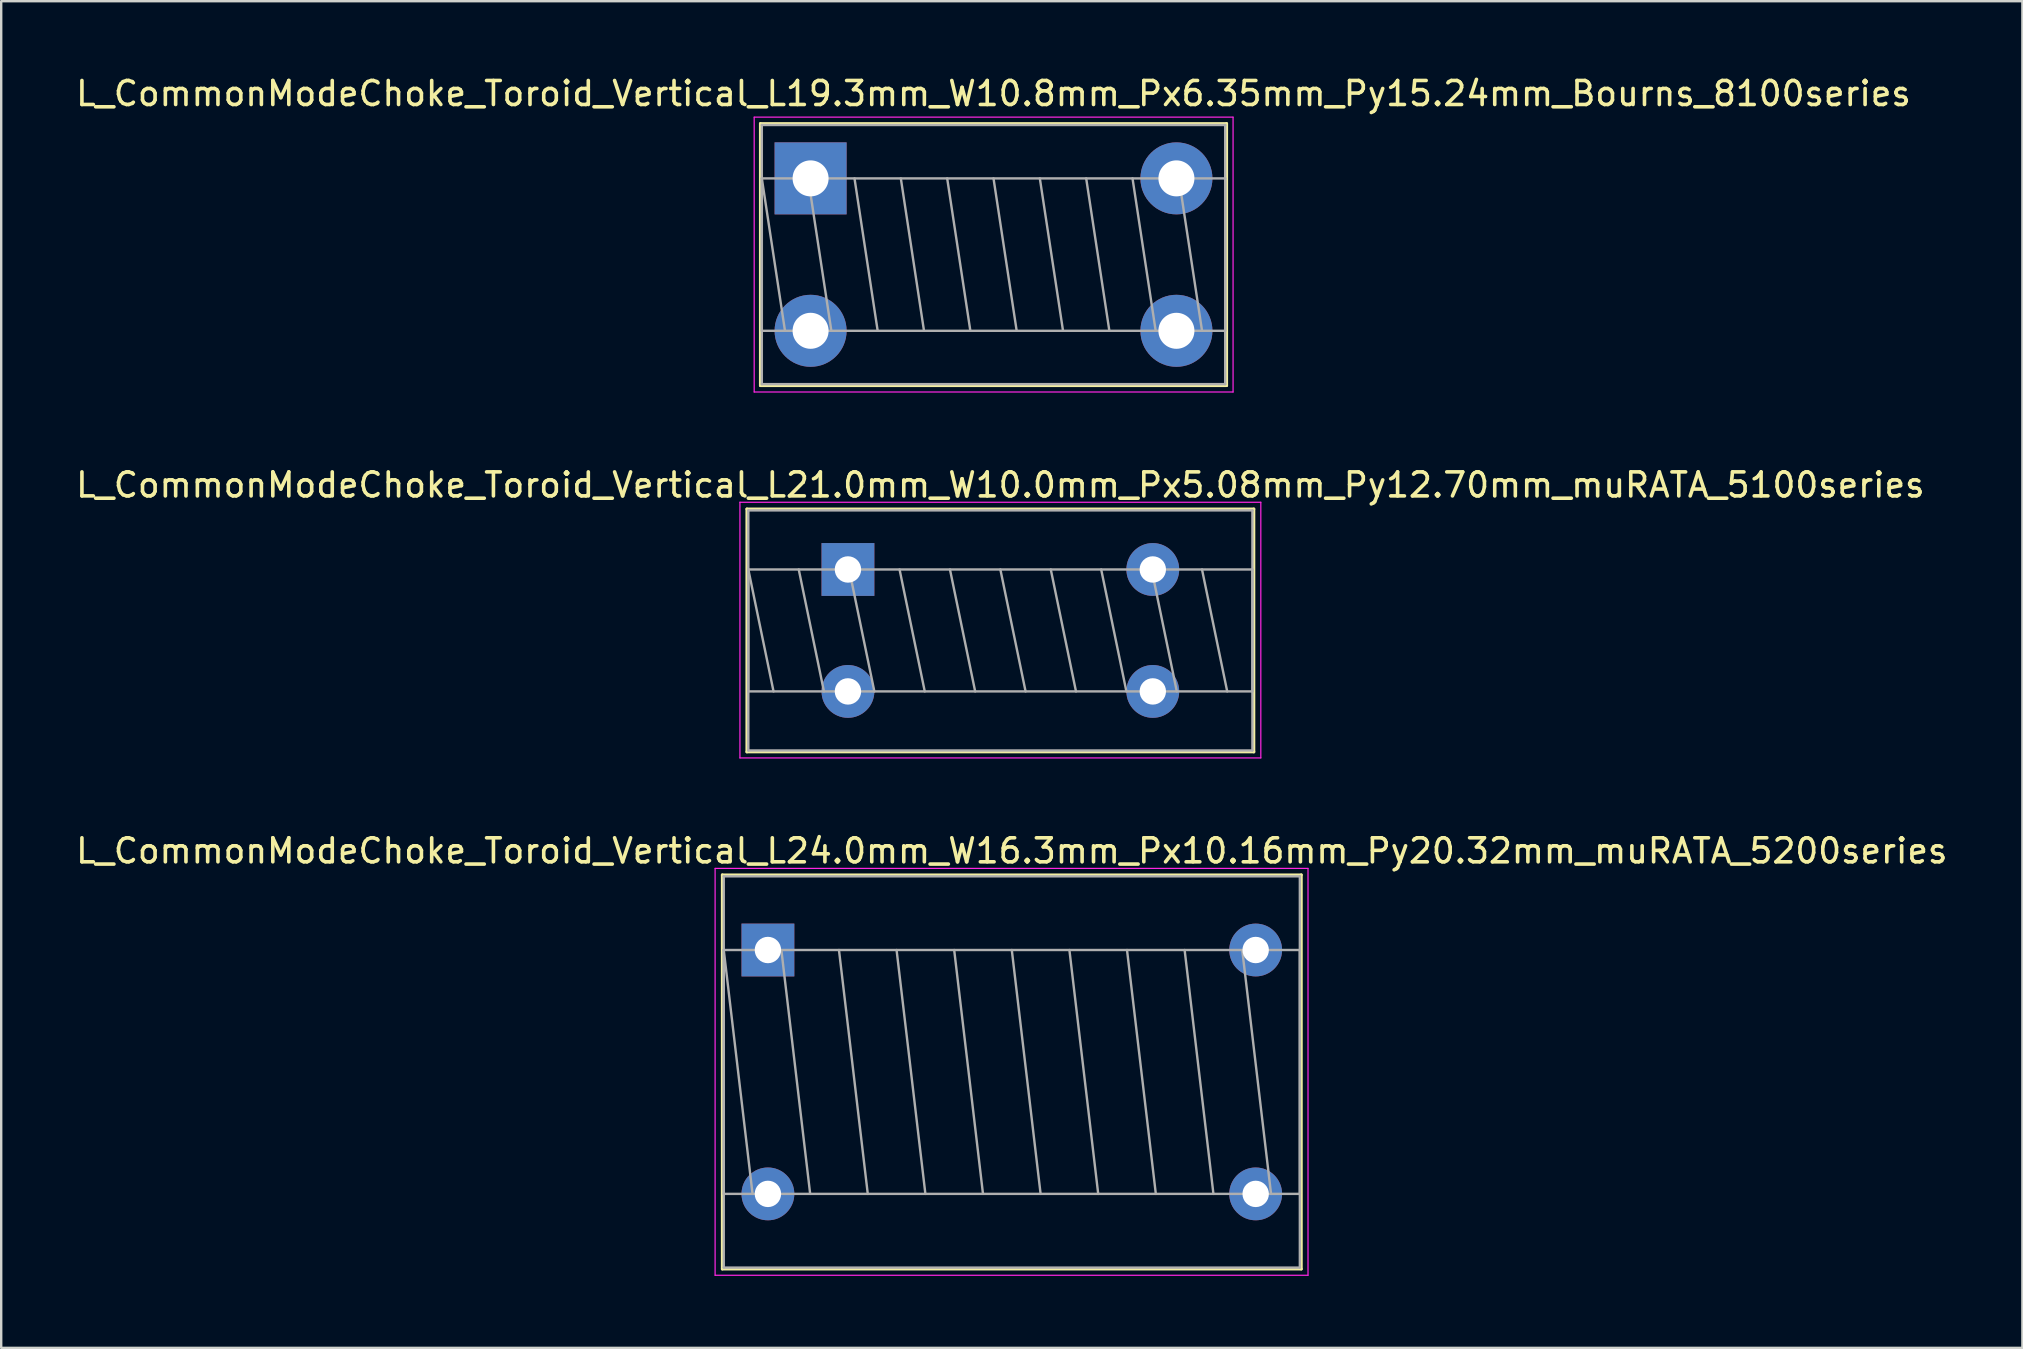
<source format=kicad_pcb>
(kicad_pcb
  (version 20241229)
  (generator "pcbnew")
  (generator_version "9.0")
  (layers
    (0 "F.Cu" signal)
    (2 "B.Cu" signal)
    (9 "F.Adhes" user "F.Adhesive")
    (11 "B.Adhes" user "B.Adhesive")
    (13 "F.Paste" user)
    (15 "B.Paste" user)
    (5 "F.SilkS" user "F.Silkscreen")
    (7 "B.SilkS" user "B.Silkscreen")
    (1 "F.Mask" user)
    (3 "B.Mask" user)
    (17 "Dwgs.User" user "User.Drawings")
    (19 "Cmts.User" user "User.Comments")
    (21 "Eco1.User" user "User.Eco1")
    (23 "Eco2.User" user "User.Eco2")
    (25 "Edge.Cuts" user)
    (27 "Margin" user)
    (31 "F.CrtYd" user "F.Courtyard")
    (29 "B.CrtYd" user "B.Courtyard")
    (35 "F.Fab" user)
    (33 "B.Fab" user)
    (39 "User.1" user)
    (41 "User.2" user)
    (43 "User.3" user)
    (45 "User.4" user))
  (footprint "L_CommonModeChoke_Toroid_Vertical_L19.3mm_W10.8mm_Px6.35mm_Py15.24mm_Bourns_8100series"
    (layer "F.Cu")
    (at 30.719 4.381)
    (property "Reference" "L_CommonModeChoke_Toroid_Vertical_L19.3mm_W10.8mm_Px6.35mm_Py15.24mm_Bourns_8100series" (at 7.62 -3.533 0) (layer "F.SilkS") (effects (font (size 1 1) (thickness 0.15))))
    (attr through_hole)
    (fp_line (start -2.092 -2.283) (end -2.092 8.633) (stroke (width 0.12) (type solid)) (layer "F.SilkS"))
    (fp_line (start -2.092 -2.283) (end 17.332 -2.283) (stroke (width 0.12) (type solid)) (layer "F.SilkS"))
    (fp_line (start -2.092 8.633) (end 17.332 8.633) (stroke (width 0.12) (type solid)) (layer "F.SilkS"))
    (fp_line (start 17.332 -2.283) (end 17.332 8.633) (stroke (width 0.12) (type solid)) (layer "F.SilkS"))
    (fp_line (start -2.35 -2.55) (end -2.35 8.9) (stroke (width 0.05) (type solid)) (layer "F.CrtYd"))
    (fp_line (start -2.35 8.9) (end 17.6 8.9) (stroke (width 0.05) (type solid)) (layer "F.CrtYd"))
    (fp_line (start 17.6 -2.55) (end -2.35 -2.55) (stroke (width 0.05) (type solid)) (layer "F.CrtYd"))
    (fp_line (start 17.6 8.9) (end 17.6 -2.55) (stroke (width 0.05) (type solid)) (layer "F.CrtYd"))
    (fp_line (start -2.032 -2.223) (end -2.032 8.572) (stroke (width 0.1) (type solid)) (layer "F.Fab"))
    (fp_line (start -2.032 0) (end -2.032 6.35) (stroke (width 0.1) (type solid)) (layer "F.Fab"))
    (fp_line (start -2.032 0) (end -1.067 6.35) (stroke (width 0.1) (type solid)) (layer "F.Fab"))
    (fp_line (start -2.032 6.35) (end 17.272 6.35) (stroke (width 0.1) (type solid)) (layer "F.Fab"))
    (fp_line (start -2.032 8.572) (end 17.272 8.572) (stroke (width 0.1) (type solid)) (layer "F.Fab"))
    (fp_line (start -0.102 0) (end 0.864 6.35) (stroke (width 0.1) (type solid)) (layer "F.Fab"))
    (fp_line (start 1.829 0) (end 2.794 6.35) (stroke (width 0.1) (type solid)) (layer "F.Fab"))
    (fp_line (start 3.759 0) (end 4.724 6.35) (stroke (width 0.1) (type solid)) (layer "F.Fab"))
    (fp_line (start 5.69 0) (end 6.655 6.35) (stroke (width 0.1) (type solid)) (layer "F.Fab"))
    (fp_line (start 7.62 0) (end 8.585 6.35) (stroke (width 0.1) (type solid)) (layer "F.Fab"))
    (fp_line (start 9.55 0) (end 10.516 6.35) (stroke (width 0.1) (type solid)) (layer "F.Fab"))
    (fp_line (start 11.481 0) (end 12.446 6.35) (stroke (width 0.1) (type solid)) (layer "F.Fab"))
    (fp_line (start 13.411 0) (end 14.376 6.35) (stroke (width 0.1) (type solid)) (layer "F.Fab"))
    (fp_line (start 15.342 0) (end 16.307 6.35) (stroke (width 0.1) (type solid)) (layer "F.Fab"))
    (fp_line (start 17.272 -2.223) (end -2.032 -2.223) (stroke (width 0.1) (type solid)) (layer "F.Fab"))
    (fp_line (start 17.272 0) (end -2.032 0) (stroke (width 0.1) (type solid)) (layer "F.Fab"))
    (fp_line (start 17.272 6.35) (end 17.272 0) (stroke (width 0.1) (type solid)) (layer "F.Fab"))
    (fp_line (start 17.272 8.572) (end 17.272 -2.223) (stroke (width 0.1) (type solid)) (layer "F.Fab"))
    (pad "1" thru_hole rect (at 0 0) (size 3 3) (drill 1.5) (layers "*.Cu" "*.Mask"))
    (pad "2" thru_hole circle (at 0 6.35) (size 3 3) (drill 1.5) (layers "*.Cu" "*.Mask"))
    (pad "3" thru_hole circle (at 15.24 6.35) (size 3 3) (drill 1.5) (layers "*.Cu" "*.Mask"))
    (pad "4" thru_hole circle (at 15.24 0) (size 3 3) (drill 1.5) (layers "*.Cu" "*.Mask")))
  (footprint "L_CommonModeChoke_Toroid_Vertical_L24.0mm_W16.3mm_Px10.16mm_Py20.32mm_muRATA_5200series"
    (layer "F.Cu")
    (at 28.941 36.527)
    (property "Reference" "L_CommonModeChoke_Toroid_Vertical_L24.0mm_W16.3mm_Px10.16mm_Py20.32mm_muRATA_5200series" (at 10.16 -4.13 0) (layer "F.SilkS") (effects (font (size 1 1) (thickness 0.15))))
    (attr through_hole)
    (fp_line (start -1.9 -3.13) (end -1.9 13.29) (stroke (width 0.12) (type solid)) (layer "F.SilkS"))
    (fp_line (start -1.9 -3.13) (end 22.22 -3.13) (stroke (width 0.12) (type solid)) (layer "F.SilkS"))
    (fp_line (start -1.9 13.29) (end 22.22 13.29) (stroke (width 0.12) (type solid)) (layer "F.SilkS"))
    (fp_line (start 22.22 -3.13) (end 22.22 13.29) (stroke (width 0.12) (type solid)) (layer "F.SilkS"))
    (fp_line (start -2.2 -3.4) (end -2.2 13.55) (stroke (width 0.05) (type solid)) (layer "F.CrtYd"))
    (fp_line (start -2.2 13.55) (end 22.5 13.55) (stroke (width 0.05) (type solid)) (layer "F.CrtYd"))
    (fp_line (start 22.5 -3.4) (end -2.2 -3.4) (stroke (width 0.05) (type solid)) (layer "F.CrtYd"))
    (fp_line (start 22.5 13.55) (end 22.5 -3.4) (stroke (width 0.05) (type solid)) (layer "F.CrtYd"))
    (fp_line (start -1.84 -3.07) (end -1.84 13.23) (stroke (width 0.1) (type solid)) (layer "F.Fab"))
    (fp_line (start -1.84 0) (end -1.84 10.16) (stroke (width 0.1) (type solid)) (layer "F.Fab"))
    (fp_line (start -1.84 0) (end -0.64 10.16) (stroke (width 0.1) (type solid)) (layer "F.Fab"))
    (fp_line (start -1.84 10.16) (end 22.16 10.16) (stroke (width 0.1) (type solid)) (layer "F.Fab"))
    (fp_line (start -1.84 13.23) (end 22.16 13.23) (stroke (width 0.1) (type solid)) (layer "F.Fab"))
    (fp_line (start 0.56 0) (end 1.76 10.16) (stroke (width 0.1) (type solid)) (layer "F.Fab"))
    (fp_line (start 2.96 0) (end 4.16 10.16) (stroke (width 0.1) (type solid)) (layer "F.Fab"))
    (fp_line (start 5.36 0) (end 6.56 10.16) (stroke (width 0.1) (type solid)) (layer "F.Fab"))
    (fp_line (start 7.76 0) (end 8.96 10.16) (stroke (width 0.1) (type solid)) (layer "F.Fab"))
    (fp_line (start 10.16 0) (end 11.36 10.16) (stroke (width 0.1) (type solid)) (layer "F.Fab"))
    (fp_line (start 12.56 0) (end 13.76 10.16) (stroke (width 0.1) (type solid)) (layer "F.Fab"))
    (fp_line (start 14.96 0) (end 16.16 10.16) (stroke (width 0.1) (type solid)) (layer "F.Fab"))
    (fp_line (start 17.36 0) (end 18.56 10.16) (stroke (width 0.1) (type solid)) (layer "F.Fab"))
    (fp_line (start 19.76 0) (end 20.96 10.16) (stroke (width 0.1) (type solid)) (layer "F.Fab"))
    (fp_line (start 22.16 -3.07) (end -1.84 -3.07) (stroke (width 0.1) (type solid)) (layer "F.Fab"))
    (fp_line (start 22.16 0) (end -1.84 0) (stroke (width 0.1) (type solid)) (layer "F.Fab"))
    (fp_line (start 22.16 10.16) (end 22.16 0) (stroke (width 0.1) (type solid)) (layer "F.Fab"))
    (fp_line (start 22.16 13.23) (end 22.16 -3.07) (stroke (width 0.1) (type solid)) (layer "F.Fab"))
    (pad "1" thru_hole rect (at 0 0) (size 2.2 2.2) (drill 1.1) (layers "*.Cu" "*.Mask"))
    (pad "2" thru_hole circle (at 0 10.16) (size 2.2 2.2) (drill 1.1) (layers "*.Cu" "*.Mask"))
    (pad "3" thru_hole circle (at 20.32 10.16) (size 2.2 2.2) (drill 1.1) (layers "*.Cu" "*.Mask"))
    (pad "4" thru_hole circle (at 20.32 0) (size 2.2 2.2) (drill 1.1) (layers "*.Cu" "*.Mask")))
  (footprint "L_CommonModeChoke_Toroid_Vertical_L21.0mm_W10.0mm_Px5.08mm_Py12.70mm_muRATA_5100series"
    (layer "F.Cu")
    (at 32.275 20.674)
    (property "Reference" "L_CommonModeChoke_Toroid_Vertical_L21.0mm_W10.0mm_Px5.08mm_Py12.70mm_muRATA_5100series" (at 6.35 -3.52 0) (layer "F.SilkS") (effects (font (size 1 1) (thickness 0.15))))
    (attr through_hole)
    (fp_line (start -4.21 -2.52) (end -4.21 7.6) (stroke (width 0.12) (type solid)) (layer "F.SilkS"))
    (fp_line (start -4.21 -2.52) (end 16.91 -2.52) (stroke (width 0.12) (type solid)) (layer "F.SilkS"))
    (fp_line (start -4.21 7.6) (end 16.91 7.6) (stroke (width 0.12) (type solid)) (layer "F.SilkS"))
    (fp_line (start 16.91 -2.52) (end 16.91 7.6) (stroke (width 0.12) (type solid)) (layer "F.SilkS"))
    (fp_line (start -4.5 -2.8) (end -4.5 7.85) (stroke (width 0.05) (type solid)) (layer "F.CrtYd"))
    (fp_line (start -4.5 7.85) (end 17.2 7.85) (stroke (width 0.05) (type solid)) (layer "F.CrtYd"))
    (fp_line (start 17.2 -2.8) (end -4.5 -2.8) (stroke (width 0.05) (type solid)) (layer "F.CrtYd"))
    (fp_line (start 17.2 7.85) (end 17.2 -2.8) (stroke (width 0.05) (type solid)) (layer "F.CrtYd"))
    (fp_line (start -4.15 -2.46) (end -4.15 7.54) (stroke (width 0.1) (type solid)) (layer "F.Fab"))
    (fp_line (start -4.15 0) (end -4.15 5.08) (stroke (width 0.1) (type solid)) (layer "F.Fab"))
    (fp_line (start -4.15 0) (end -3.1 5.08) (stroke (width 0.1) (type solid)) (layer "F.Fab"))
    (fp_line (start -4.15 5.08) (end 16.85 5.08) (stroke (width 0.1) (type solid)) (layer "F.Fab"))
    (fp_line (start -4.15 7.54) (end 16.85 7.54) (stroke (width 0.1) (type solid)) (layer "F.Fab"))
    (fp_line (start -2.05 0) (end -1 5.08) (stroke (width 0.1) (type solid)) (layer "F.Fab"))
    (fp_line (start 0.05 0) (end 1.1 5.08) (stroke (width 0.1) (type solid)) (layer "F.Fab"))
    (fp_line (start 2.15 0) (end 3.2 5.08) (stroke (width 0.1) (type solid)) (layer "F.Fab"))
    (fp_line (start 4.25 0) (end 5.3 5.08) (stroke (width 0.1) (type solid)) (layer "F.Fab"))
    (fp_line (start 6.35 0) (end 7.4 5.08) (stroke (width 0.1) (type solid)) (layer "F.Fab"))
    (fp_line (start 8.45 0) (end 9.5 5.08) (stroke (width 0.1) (type solid)) (layer "F.Fab"))
    (fp_line (start 10.55 0) (end 11.6 5.08) (stroke (width 0.1) (type solid)) (layer "F.Fab"))
    (fp_line (start 12.65 0) (end 13.7 5.08) (stroke (width 0.1) (type solid)) (layer "F.Fab"))
    (fp_line (start 14.75 0) (end 15.8 5.08) (stroke (width 0.1) (type solid)) (layer "F.Fab"))
    (fp_line (start 16.85 -2.46) (end -4.15 -2.46) (stroke (width 0.1) (type solid)) (layer "F.Fab"))
    (fp_line (start 16.85 0) (end -4.15 0) (stroke (width 0.1) (type solid)) (layer "F.Fab"))
    (fp_line (start 16.85 5.08) (end 16.85 0) (stroke (width 0.1) (type solid)) (layer "F.Fab"))
    (fp_line (start 16.85 7.54) (end 16.85 -2.46) (stroke (width 0.1) (type solid)) (layer "F.Fab"))
    (pad "1" thru_hole rect (at 0 0) (size 2.2 2.2) (drill 1.1) (layers "*.Cu" "*.Mask"))
    (pad "2" thru_hole circle (at 0 5.08) (size 2.2 2.2) (drill 1.1) (layers "*.Cu" "*.Mask"))
    (pad "3" thru_hole circle (at 12.7 5.08) (size 2.2 2.2) (drill 1.1) (layers "*.Cu" "*.Mask"))
    (pad "4" thru_hole circle (at 12.7 0) (size 2.2 2.2) (drill 1.1) (layers "*.Cu" "*.Mask")))
  (gr_rect
    (start -3 -3)
    (end 81.202 53.102)
    (stroke (width 0.1) (type default))
    (fill no)
    (layer "Edge.Cuts")))
</source>
